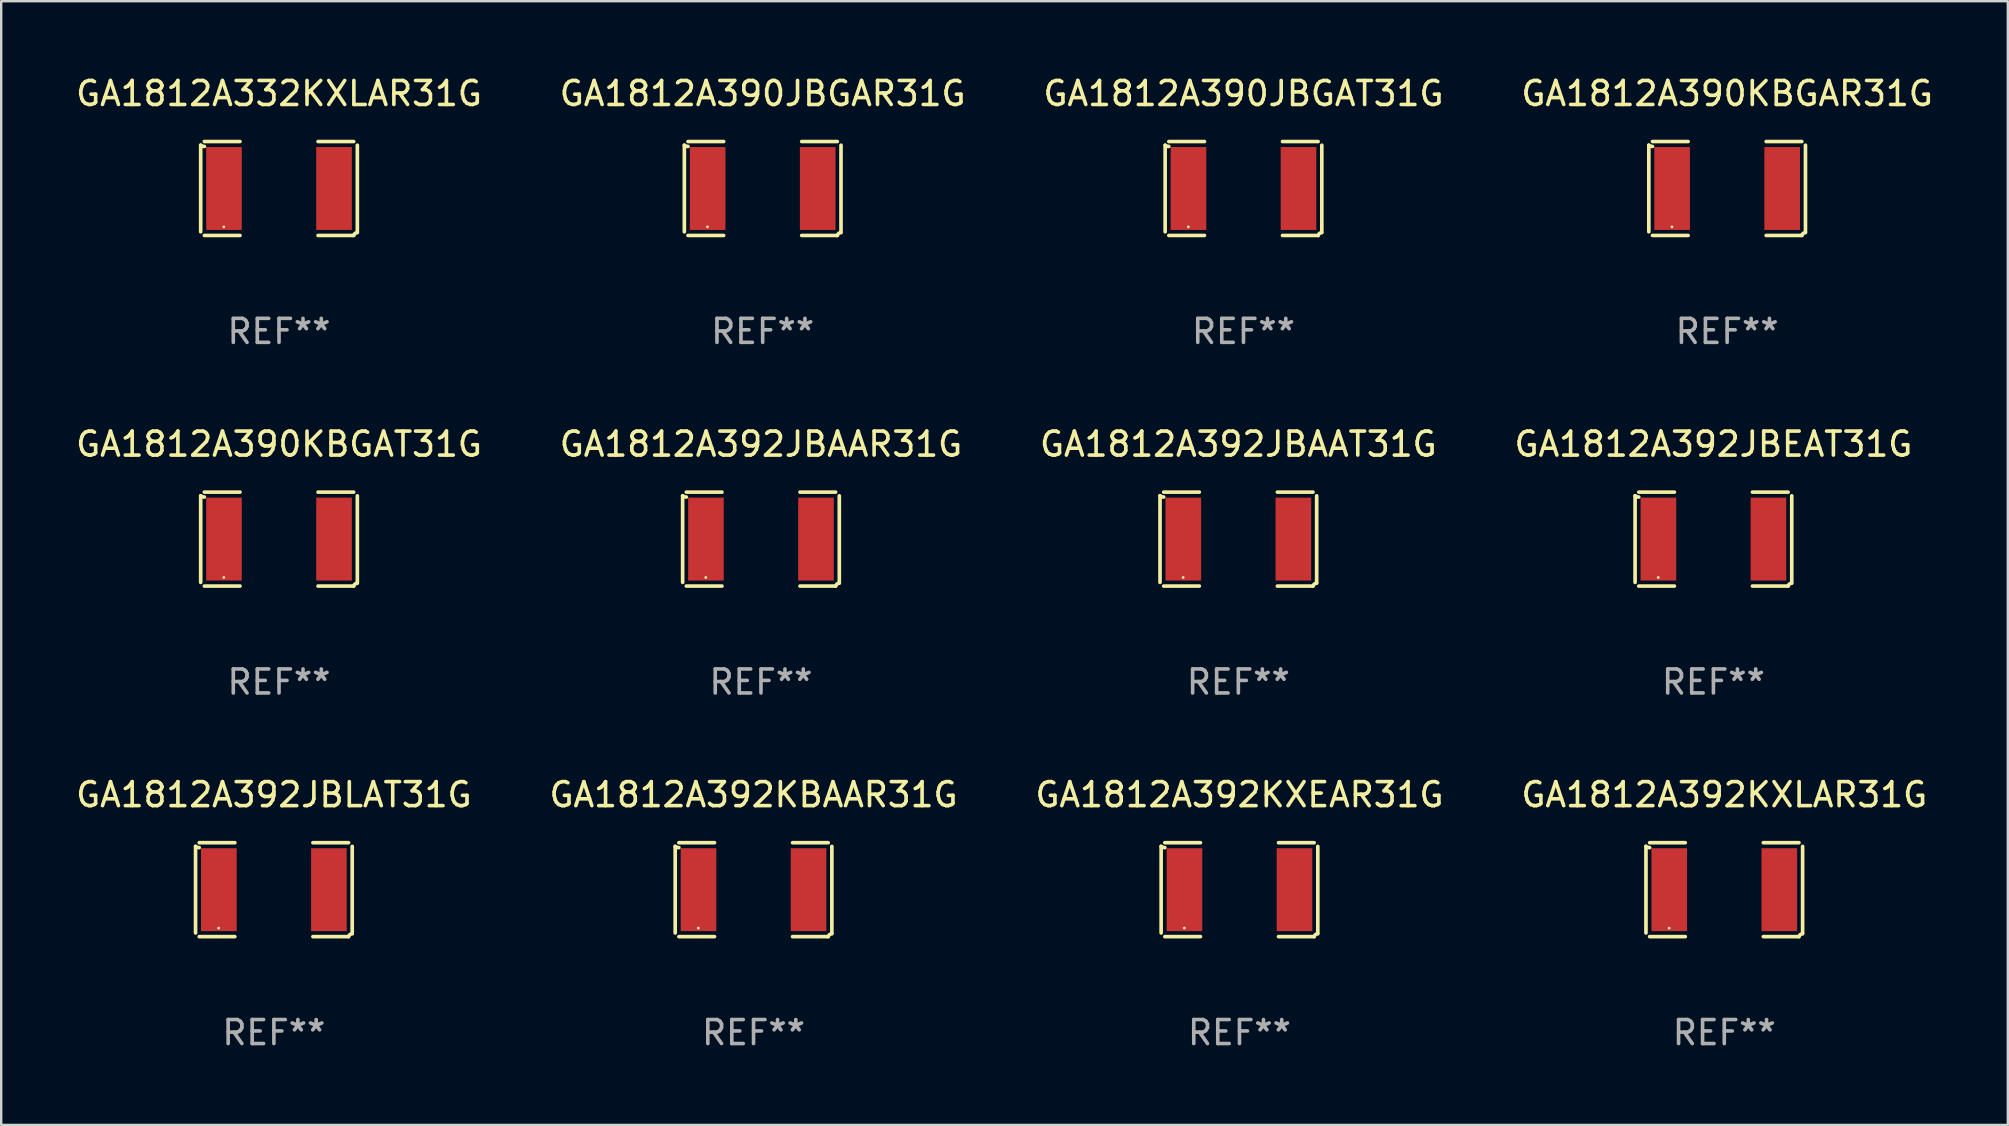
<source format=kicad_pcb>
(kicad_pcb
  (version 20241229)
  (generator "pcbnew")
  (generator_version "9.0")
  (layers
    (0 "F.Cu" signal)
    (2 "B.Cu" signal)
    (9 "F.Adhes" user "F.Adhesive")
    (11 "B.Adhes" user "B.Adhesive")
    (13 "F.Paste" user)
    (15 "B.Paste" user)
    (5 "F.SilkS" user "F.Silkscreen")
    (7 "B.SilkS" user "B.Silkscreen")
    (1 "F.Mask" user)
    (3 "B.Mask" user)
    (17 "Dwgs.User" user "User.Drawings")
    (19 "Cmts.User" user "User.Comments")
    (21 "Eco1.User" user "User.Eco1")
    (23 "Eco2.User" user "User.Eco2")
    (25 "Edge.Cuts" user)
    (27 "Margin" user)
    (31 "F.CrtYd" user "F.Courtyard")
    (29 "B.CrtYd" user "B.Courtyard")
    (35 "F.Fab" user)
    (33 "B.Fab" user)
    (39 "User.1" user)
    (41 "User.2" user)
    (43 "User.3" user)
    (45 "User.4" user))
  (footprint "GA1812A390KBGAT31G"
    (layer "F.Cu")
    (at 8.577 19.415)
    (property "Reference" "GA1812A390KBGAT31G" (at 0 -3.957 0) (layer "F.SilkS") (effects (font (size 1 1) (thickness 0.15))))
    (attr through_hole)
    (fp_line (start -3.264 1.804) (end -3.264 -1.804) (stroke (width 0.152) (type solid)) (layer "F.SilkS"))
    (fp_line (start -3.111 -1.957) (end -1.626 -1.957) (stroke (width 0.152) (type solid)) (layer "F.SilkS"))
    (fp_line (start -1.626 1.957) (end -3.111 1.957) (stroke (width 0.152) (type solid)) (layer "F.SilkS"))
    (fp_line (start 1.626 1.957) (end 3.111 1.957) (stroke (width 0.152) (type solid)) (layer "F.SilkS"))
    (fp_line (start 3.111 -1.957) (end 1.626 -1.957) (stroke (width 0.152) (type solid)) (layer "F.SilkS"))
    (fp_line (start 3.264 1.804) (end 3.264 -1.804) (stroke (width 0.152) (type solid)) (layer "F.SilkS"))
    (fp_arc (start -3.111202 -1.752192) (mid -3.191715 -1.76555) (end -3.263602 -1.804191) (stroke (width 0.1524) (type solid)) (layer "F.SilkS"))
    (fp_arc (start 3.111201 1.956591) (mid 3.167789 1.872777) (end 3.263602 1.840424) (stroke (width 0.1524) (type solid)) (layer "F.SilkS"))
    (fp_circle (center -2.3 1.6) (end -2.27 1.6) (stroke (width 0.06) (type solid)) (fill no) (layer "F.SilkS"))
    (fp_text user "REF**" (at 0 5.957 0) (layer "F.Fab") (effects (font (size 1 1) (thickness 0.15))))
    (pad "1" smd rect (at -2.293 0) (size 1.485 3.456) (layers "F.Cu" "F.Mask" "F.Paste"))
    (pad "2" smd rect (at 2.293 0) (size 1.485 3.456) (layers "F.Cu" "F.Mask" "F.Paste")))
  (footprint "GA1812A392JBLAT31G"
    (layer "F.Cu")
    (at 8.363 34.024)
    (property "Reference" "GA1812A392JBLAT31G" (at 0 -3.957 0) (layer "F.SilkS") (effects (font (size 1 1) (thickness 0.15))))
    (attr through_hole)
    (fp_line (start -3.264 1.804) (end -3.264 -1.804) (stroke (width 0.152) (type solid)) (layer "F.SilkS"))
    (fp_line (start -3.111 -1.957) (end -1.626 -1.957) (stroke (width 0.152) (type solid)) (layer "F.SilkS"))
    (fp_line (start -1.626 1.957) (end -3.111 1.957) (stroke (width 0.152) (type solid)) (layer "F.SilkS"))
    (fp_line (start 1.626 1.957) (end 3.111 1.957) (stroke (width 0.152) (type solid)) (layer "F.SilkS"))
    (fp_line (start 3.111 -1.957) (end 1.626 -1.957) (stroke (width 0.152) (type solid)) (layer "F.SilkS"))
    (fp_line (start 3.264 1.804) (end 3.264 -1.804) (stroke (width 0.152) (type solid)) (layer "F.SilkS"))
    (fp_arc (start -3.111202 -1.752192) (mid -3.191715 -1.76555) (end -3.263602 -1.804191) (stroke (width 0.1524) (type solid)) (layer "F.SilkS"))
    (fp_arc (start 3.111201 1.956591) (mid 3.167789 1.872777) (end 3.263602 1.840424) (stroke (width 0.1524) (type solid)) (layer "F.SilkS"))
    (fp_circle (center -2.3 1.6) (end -2.27 1.6) (stroke (width 0.06) (type solid)) (fill no) (layer "F.SilkS"))
    (fp_text user "REF**" (at 0 5.957 0) (layer "F.Fab") (effects (font (size 1 1) (thickness 0.15))))
    (pad "1" smd rect (at -2.293 0) (size 1.485 3.456) (layers "F.Cu" "F.Mask" "F.Paste"))
    (pad "2" smd rect (at 2.293 0) (size 1.485 3.456) (layers "F.Cu" "F.Mask" "F.Paste")))
  (footprint "GA1812A390JBGAT31G"
    (layer "F.Cu")
    (at 48.768 4.805)
    (property "Reference" "GA1812A390JBGAT31G" (at 0 -3.957 0) (layer "F.SilkS") (effects (font (size 1 1) (thickness 0.15))))
    (attr through_hole)
    (fp_line (start -3.264 1.804) (end -3.264 -1.804) (stroke (width 0.152) (type solid)) (layer "F.SilkS"))
    (fp_line (start -3.111 -1.957) (end -1.626 -1.957) (stroke (width 0.152) (type solid)) (layer "F.SilkS"))
    (fp_line (start -1.626 1.957) (end -3.111 1.957) (stroke (width 0.152) (type solid)) (layer "F.SilkS"))
    (fp_line (start 1.626 1.957) (end 3.111 1.957) (stroke (width 0.152) (type solid)) (layer "F.SilkS"))
    (fp_line (start 3.111 -1.957) (end 1.626 -1.957) (stroke (width 0.152) (type solid)) (layer "F.SilkS"))
    (fp_line (start 3.264 1.804) (end 3.264 -1.804) (stroke (width 0.152) (type solid)) (layer "F.SilkS"))
    (fp_arc (start -3.111202 -1.752192) (mid -3.191715 -1.76555) (end -3.263602 -1.804191) (stroke (width 0.1524) (type solid)) (layer "F.SilkS"))
    (fp_arc (start 3.111201 1.956591) (mid 3.167789 1.872777) (end 3.263602 1.840424) (stroke (width 0.1524) (type solid)) (layer "F.SilkS"))
    (fp_circle (center -2.3 1.6) (end -2.27 1.6) (stroke (width 0.06) (type solid)) (fill no) (layer "F.SilkS"))
    (fp_text user "REF**" (at 0 5.957 0) (layer "F.Fab") (effects (font (size 1 1) (thickness 0.15))))
    (pad "1" smd rect (at -2.293 0) (size 1.485 3.456) (layers "F.Cu" "F.Mask" "F.Paste"))
    (pad "2" smd rect (at 2.293 0) (size 1.485 3.456) (layers "F.Cu" "F.Mask" "F.Paste")))
  (footprint "GA1812A392KXLAR31G"
    (layer "F.Cu")
    (at 68.804 34.024)
    (property "Reference" "GA1812A392KXLAR31G" (at 0 -3.957 0) (layer "F.SilkS") (effects (font (size 1 1) (thickness 0.15))))
    (attr through_hole)
    (fp_line (start -3.264 1.804) (end -3.264 -1.804) (stroke (width 0.152) (type solid)) (layer "F.SilkS"))
    (fp_line (start -3.111 -1.957) (end -1.626 -1.957) (stroke (width 0.152) (type solid)) (layer "F.SilkS"))
    (fp_line (start -1.626 1.957) (end -3.111 1.957) (stroke (width 0.152) (type solid)) (layer "F.SilkS"))
    (fp_line (start 1.626 1.957) (end 3.111 1.957) (stroke (width 0.152) (type solid)) (layer "F.SilkS"))
    (fp_line (start 3.111 -1.957) (end 1.626 -1.957) (stroke (width 0.152) (type solid)) (layer "F.SilkS"))
    (fp_line (start 3.264 1.804) (end 3.264 -1.804) (stroke (width 0.152) (type solid)) (layer "F.SilkS"))
    (fp_arc (start -3.111202 -1.752192) (mid -3.191715 -1.76555) (end -3.263602 -1.804191) (stroke (width 0.1524) (type solid)) (layer "F.SilkS"))
    (fp_arc (start 3.111201 1.956591) (mid 3.167789 1.872777) (end 3.263602 1.840424) (stroke (width 0.1524) (type solid)) (layer "F.SilkS"))
    (fp_circle (center -2.3 1.6) (end -2.27 1.6) (stroke (width 0.06) (type solid)) (fill no) (layer "F.SilkS"))
    (fp_text user "REF**" (at 0 5.957 0) (layer "F.Fab") (effects (font (size 1 1) (thickness 0.15))))
    (pad "1" smd rect (at -2.293 0) (size 1.485 3.456) (layers "F.Cu" "F.Mask" "F.Paste"))
    (pad "2" smd rect (at 2.293 0) (size 1.485 3.456) (layers "F.Cu" "F.Mask" "F.Paste")))
  (footprint "GA1812A390KBGAR31G"
    (layer "F.Cu")
    (at 68.923 4.805)
    (property "Reference" "GA1812A390KBGAR31G" (at 0 -3.957 0) (layer "F.SilkS") (effects (font (size 1 1) (thickness 0.15))))
    (attr through_hole)
    (fp_line (start -3.264 1.804) (end -3.264 -1.804) (stroke (width 0.152) (type solid)) (layer "F.SilkS"))
    (fp_line (start -3.111 -1.957) (end -1.626 -1.957) (stroke (width 0.152) (type solid)) (layer "F.SilkS"))
    (fp_line (start -1.626 1.957) (end -3.111 1.957) (stroke (width 0.152) (type solid)) (layer "F.SilkS"))
    (fp_line (start 1.626 1.957) (end 3.111 1.957) (stroke (width 0.152) (type solid)) (layer "F.SilkS"))
    (fp_line (start 3.111 -1.957) (end 1.626 -1.957) (stroke (width 0.152) (type solid)) (layer "F.SilkS"))
    (fp_line (start 3.264 1.804) (end 3.264 -1.804) (stroke (width 0.152) (type solid)) (layer "F.SilkS"))
    (fp_arc (start -3.111202 -1.752192) (mid -3.191715 -1.76555) (end -3.263602 -1.804191) (stroke (width 0.1524) (type solid)) (layer "F.SilkS"))
    (fp_arc (start 3.111201 1.956591) (mid 3.167789 1.872777) (end 3.263602 1.840424) (stroke (width 0.1524) (type solid)) (layer "F.SilkS"))
    (fp_circle (center -2.3 1.6) (end -2.27 1.6) (stroke (width 0.06) (type solid)) (fill no) (layer "F.SilkS"))
    (fp_text user "REF**" (at 0 5.957 0) (layer "F.Fab") (effects (font (size 1 1) (thickness 0.15))))
    (pad "1" smd rect (at -2.293 0) (size 1.485 3.456) (layers "F.Cu" "F.Mask" "F.Paste"))
    (pad "2" smd rect (at 2.293 0) (size 1.485 3.456) (layers "F.Cu" "F.Mask" "F.Paste")))
  (footprint "GA1812A390JBGAR31G"
    (layer "F.Cu")
    (at 28.732 4.805)
    (property "Reference" "GA1812A390JBGAR31G" (at 0 -3.957 0) (layer "F.SilkS") (effects (font (size 1 1) (thickness 0.15))))
    (attr through_hole)
    (fp_line (start -3.264 1.804) (end -3.264 -1.804) (stroke (width 0.152) (type solid)) (layer "F.SilkS"))
    (fp_line (start -3.111 -1.957) (end -1.626 -1.957) (stroke (width 0.152) (type solid)) (layer "F.SilkS"))
    (fp_line (start -1.626 1.957) (end -3.111 1.957) (stroke (width 0.152) (type solid)) (layer "F.SilkS"))
    (fp_line (start 1.626 1.957) (end 3.111 1.957) (stroke (width 0.152) (type solid)) (layer "F.SilkS"))
    (fp_line (start 3.111 -1.957) (end 1.626 -1.957) (stroke (width 0.152) (type solid)) (layer "F.SilkS"))
    (fp_line (start 3.264 1.804) (end 3.264 -1.804) (stroke (width 0.152) (type solid)) (layer "F.SilkS"))
    (fp_arc (start -3.111202 -1.752192) (mid -3.191715 -1.76555) (end -3.263602 -1.804191) (stroke (width 0.1524) (type solid)) (layer "F.SilkS"))
    (fp_arc (start 3.111201 1.956591) (mid 3.167789 1.872777) (end 3.263602 1.840424) (stroke (width 0.1524) (type solid)) (layer "F.SilkS"))
    (fp_circle (center -2.3 1.6) (end -2.27 1.6) (stroke (width 0.06) (type solid)) (fill no) (layer "F.SilkS"))
    (fp_text user "REF**" (at 0 5.957 0) (layer "F.Fab") (effects (font (size 1 1) (thickness 0.15))))
    (pad "1" smd rect (at -2.293 0) (size 1.485 3.456) (layers "F.Cu" "F.Mask" "F.Paste"))
    (pad "2" smd rect (at 2.293 0) (size 1.485 3.456) (layers "F.Cu" "F.Mask" "F.Paste")))
  (footprint "GA1812A392KBAAR31G"
    (layer "F.Cu")
    (at 28.351 34.024)
    (property "Reference" "GA1812A392KBAAR31G" (at 0 -3.957 0) (layer "F.SilkS") (effects (font (size 1 1) (thickness 0.15))))
    (attr through_hole)
    (fp_line (start -3.264 1.804) (end -3.264 -1.804) (stroke (width 0.152) (type solid)) (layer "F.SilkS"))
    (fp_line (start -3.111 -1.957) (end -1.626 -1.957) (stroke (width 0.152) (type solid)) (layer "F.SilkS"))
    (fp_line (start -1.626 1.957) (end -3.111 1.957) (stroke (width 0.152) (type solid)) (layer "F.SilkS"))
    (fp_line (start 1.626 1.957) (end 3.111 1.957) (stroke (width 0.152) (type solid)) (layer "F.SilkS"))
    (fp_line (start 3.111 -1.957) (end 1.626 -1.957) (stroke (width 0.152) (type solid)) (layer "F.SilkS"))
    (fp_line (start 3.264 1.804) (end 3.264 -1.804) (stroke (width 0.152) (type solid)) (layer "F.SilkS"))
    (fp_arc (start -3.111202 -1.752192) (mid -3.191715 -1.76555) (end -3.263602 -1.804191) (stroke (width 0.1524) (type solid)) (layer "F.SilkS"))
    (fp_arc (start 3.111201 1.956591) (mid 3.167789 1.872777) (end 3.263602 1.840424) (stroke (width 0.1524) (type solid)) (layer "F.SilkS"))
    (fp_circle (center -2.3 1.6) (end -2.27 1.6) (stroke (width 0.06) (type solid)) (fill no) (layer "F.SilkS"))
    (fp_text user "REF**" (at 0 5.957 0) (layer "F.Fab") (effects (font (size 1 1) (thickness 0.15))))
    (pad "1" smd rect (at -2.293 0) (size 1.485 3.456) (layers "F.Cu" "F.Mask" "F.Paste"))
    (pad "2" smd rect (at 2.293 0) (size 1.485 3.456) (layers "F.Cu" "F.Mask" "F.Paste")))
  (footprint "GA1812A392JBAAR31G"
    (layer "F.Cu")
    (at 28.661 19.415)
    (property "Reference" "GA1812A392JBAAR31G" (at 0 -3.957 0) (layer "F.SilkS") (effects (font (size 1 1) (thickness 0.15))))
    (attr through_hole)
    (fp_line (start -3.264 1.804) (end -3.264 -1.804) (stroke (width 0.152) (type solid)) (layer "F.SilkS"))
    (fp_line (start -3.111 -1.957) (end -1.626 -1.957) (stroke (width 0.152) (type solid)) (layer "F.SilkS"))
    (fp_line (start -1.626 1.957) (end -3.111 1.957) (stroke (width 0.152) (type solid)) (layer "F.SilkS"))
    (fp_line (start 1.626 1.957) (end 3.111 1.957) (stroke (width 0.152) (type solid)) (layer "F.SilkS"))
    (fp_line (start 3.111 -1.957) (end 1.626 -1.957) (stroke (width 0.152) (type solid)) (layer "F.SilkS"))
    (fp_line (start 3.264 1.804) (end 3.264 -1.804) (stroke (width 0.152) (type solid)) (layer "F.SilkS"))
    (fp_arc (start -3.111202 -1.752192) (mid -3.191715 -1.76555) (end -3.263602 -1.804191) (stroke (width 0.1524) (type solid)) (layer "F.SilkS"))
    (fp_arc (start 3.111201 1.956591) (mid 3.167789 1.872777) (end 3.263602 1.840424) (stroke (width 0.1524) (type solid)) (layer "F.SilkS"))
    (fp_circle (center -2.3 1.6) (end -2.27 1.6) (stroke (width 0.06) (type solid)) (fill no) (layer "F.SilkS"))
    (fp_text user "REF**" (at 0 5.957 0) (layer "F.Fab") (effects (font (size 1 1) (thickness 0.15))))
    (pad "1" smd rect (at -2.293 0) (size 1.485 3.456) (layers "F.Cu" "F.Mask" "F.Paste"))
    (pad "2" smd rect (at 2.293 0) (size 1.485 3.456) (layers "F.Cu" "F.Mask" "F.Paste")))
  (footprint "GA1812A392JBAAT31G"
    (layer "F.Cu")
    (at 48.554 19.415)
    (property "Reference" "GA1812A392JBAAT31G" (at 0 -3.957 0) (layer "F.SilkS") (effects (font (size 1 1) (thickness 0.15))))
    (attr through_hole)
    (fp_line (start -3.264 1.804) (end -3.264 -1.804) (stroke (width 0.152) (type solid)) (layer "F.SilkS"))
    (fp_line (start -3.111 -1.957) (end -1.626 -1.957) (stroke (width 0.152) (type solid)) (layer "F.SilkS"))
    (fp_line (start -1.626 1.957) (end -3.111 1.957) (stroke (width 0.152) (type solid)) (layer "F.SilkS"))
    (fp_line (start 1.626 1.957) (end 3.111 1.957) (stroke (width 0.152) (type solid)) (layer "F.SilkS"))
    (fp_line (start 3.111 -1.957) (end 1.626 -1.957) (stroke (width 0.152) (type solid)) (layer "F.SilkS"))
    (fp_line (start 3.264 1.804) (end 3.264 -1.804) (stroke (width 0.152) (type solid)) (layer "F.SilkS"))
    (fp_arc (start -3.111202 -1.752192) (mid -3.191715 -1.76555) (end -3.263602 -1.804191) (stroke (width 0.1524) (type solid)) (layer "F.SilkS"))
    (fp_arc (start 3.111201 1.956591) (mid 3.167789 1.872777) (end 3.263602 1.840424) (stroke (width 0.1524) (type solid)) (layer "F.SilkS"))
    (fp_circle (center -2.3 1.6) (end -2.27 1.6) (stroke (width 0.06) (type solid)) (fill no) (layer "F.SilkS"))
    (fp_text user "REF**" (at 0 5.957 0) (layer "F.Fab") (effects (font (size 1 1) (thickness 0.15))))
    (pad "1" smd rect (at -2.293 0) (size 1.485 3.456) (layers "F.Cu" "F.Mask" "F.Paste"))
    (pad "2" smd rect (at 2.293 0) (size 1.485 3.456) (layers "F.Cu" "F.Mask" "F.Paste")))
  (footprint "GA1812A332KXLAR31G"
    (layer "F.Cu")
    (at 8.577 4.805)
    (property "Reference" "GA1812A332KXLAR31G" (at 0 -3.957 0) (layer "F.SilkS") (effects (font (size 1 1) (thickness 0.15))))
    (attr through_hole)
    (fp_line (start -3.264 1.804) (end -3.264 -1.804) (stroke (width 0.152) (type solid)) (layer "F.SilkS"))
    (fp_line (start -3.111 -1.957) (end -1.626 -1.957) (stroke (width 0.152) (type solid)) (layer "F.SilkS"))
    (fp_line (start -1.626 1.957) (end -3.111 1.957) (stroke (width 0.152) (type solid)) (layer "F.SilkS"))
    (fp_line (start 1.626 1.957) (end 3.111 1.957) (stroke (width 0.152) (type solid)) (layer "F.SilkS"))
    (fp_line (start 3.111 -1.957) (end 1.626 -1.957) (stroke (width 0.152) (type solid)) (layer "F.SilkS"))
    (fp_line (start 3.264 1.804) (end 3.264 -1.804) (stroke (width 0.152) (type solid)) (layer "F.SilkS"))
    (fp_arc (start -3.111202 -1.752192) (mid -3.191715 -1.76555) (end -3.263602 -1.804191) (stroke (width 0.1524) (type solid)) (layer "F.SilkS"))
    (fp_arc (start 3.111201 1.956591) (mid 3.167789 1.872777) (end 3.263602 1.840424) (stroke (width 0.1524) (type solid)) (layer "F.SilkS"))
    (fp_circle (center -2.3 1.6) (end -2.27 1.6) (stroke (width 0.06) (type solid)) (fill no) (layer "F.SilkS"))
    (fp_text user "REF**" (at 0 5.957 0) (layer "F.Fab") (effects (font (size 1 1) (thickness 0.15))))
    (pad "1" smd rect (at -2.293 0) (size 1.485 3.456) (layers "F.Cu" "F.Mask" "F.Paste"))
    (pad "2" smd rect (at 2.293 0) (size 1.485 3.456) (layers "F.Cu" "F.Mask" "F.Paste")))
  (footprint "GA1812A392JBEAT31G"
    (layer "F.Cu")
    (at 68.351 19.415)
    (property "Reference" "GA1812A392JBEAT31G" (at 0 -3.957 0) (layer "F.SilkS") (effects (font (size 1 1) (thickness 0.15))))
    (attr through_hole)
    (fp_line (start -3.264 1.804) (end -3.264 -1.804) (stroke (width 0.152) (type solid)) (layer "F.SilkS"))
    (fp_line (start -3.111 -1.957) (end -1.626 -1.957) (stroke (width 0.152) (type solid)) (layer "F.SilkS"))
    (fp_line (start -1.626 1.957) (end -3.111 1.957) (stroke (width 0.152) (type solid)) (layer "F.SilkS"))
    (fp_line (start 1.626 1.957) (end 3.111 1.957) (stroke (width 0.152) (type solid)) (layer "F.SilkS"))
    (fp_line (start 3.111 -1.957) (end 1.626 -1.957) (stroke (width 0.152) (type solid)) (layer "F.SilkS"))
    (fp_line (start 3.264 1.804) (end 3.264 -1.804) (stroke (width 0.152) (type solid)) (layer "F.SilkS"))
    (fp_arc (start -3.111202 -1.752192) (mid -3.191715 -1.76555) (end -3.263602 -1.804191) (stroke (width 0.1524) (type solid)) (layer "F.SilkS"))
    (fp_arc (start 3.111201 1.956591) (mid 3.167789 1.872777) (end 3.263602 1.840424) (stroke (width 0.1524) (type solid)) (layer "F.SilkS"))
    (fp_circle (center -2.3 1.6) (end -2.27 1.6) (stroke (width 0.06) (type solid)) (fill no) (layer "F.SilkS"))
    (fp_text user "REF**" (at 0 5.957 0) (layer "F.Fab") (effects (font (size 1 1) (thickness 0.15))))
    (pad "1" smd rect (at -2.293 0) (size 1.485 3.456) (layers "F.Cu" "F.Mask" "F.Paste"))
    (pad "2" smd rect (at 2.293 0) (size 1.485 3.456) (layers "F.Cu" "F.Mask" "F.Paste")))
  (footprint "GA1812A392KXEAR31G"
    (layer "F.Cu")
    (at 48.601 34.024)
    (property "Reference" "GA1812A392KXEAR31G" (at 0 -3.957 0) (layer "F.SilkS") (effects (font (size 1 1) (thickness 0.15))))
    (attr through_hole)
    (fp_line (start -3.264 1.804) (end -3.264 -1.804) (stroke (width 0.152) (type solid)) (layer "F.SilkS"))
    (fp_line (start -3.111 -1.957) (end -1.626 -1.957) (stroke (width 0.152) (type solid)) (layer "F.SilkS"))
    (fp_line (start -1.626 1.957) (end -3.111 1.957) (stroke (width 0.152) (type solid)) (layer "F.SilkS"))
    (fp_line (start 1.626 1.957) (end 3.111 1.957) (stroke (width 0.152) (type solid)) (layer "F.SilkS"))
    (fp_line (start 3.111 -1.957) (end 1.626 -1.957) (stroke (width 0.152) (type solid)) (layer "F.SilkS"))
    (fp_line (start 3.264 1.804) (end 3.264 -1.804) (stroke (width 0.152) (type solid)) (layer "F.SilkS"))
    (fp_arc (start -3.111202 -1.752192) (mid -3.191715 -1.76555) (end -3.263602 -1.804191) (stroke (width 0.1524) (type solid)) (layer "F.SilkS"))
    (fp_arc (start 3.111201 1.956591) (mid 3.167789 1.872777) (end 3.263602 1.840424) (stroke (width 0.1524) (type solid)) (layer "F.SilkS"))
    (fp_circle (center -2.3 1.6) (end -2.27 1.6) (stroke (width 0.06) (type solid)) (fill no) (layer "F.SilkS"))
    (fp_text user "REF**" (at 0 5.957 0) (layer "F.Fab") (effects (font (size 1 1) (thickness 0.15))))
    (pad "1" smd rect (at -2.293 0) (size 1.485 3.456) (layers "F.Cu" "F.Mask" "F.Paste"))
    (pad "2" smd rect (at 2.293 0) (size 1.485 3.456) (layers "F.Cu" "F.Mask" "F.Paste")))
  (gr_rect
    (start -3 -3)
    (end 80.619 43.829)
    (stroke (width 0.1) (type default))
    (fill no)
    (layer "Edge.Cuts")))
</source>
